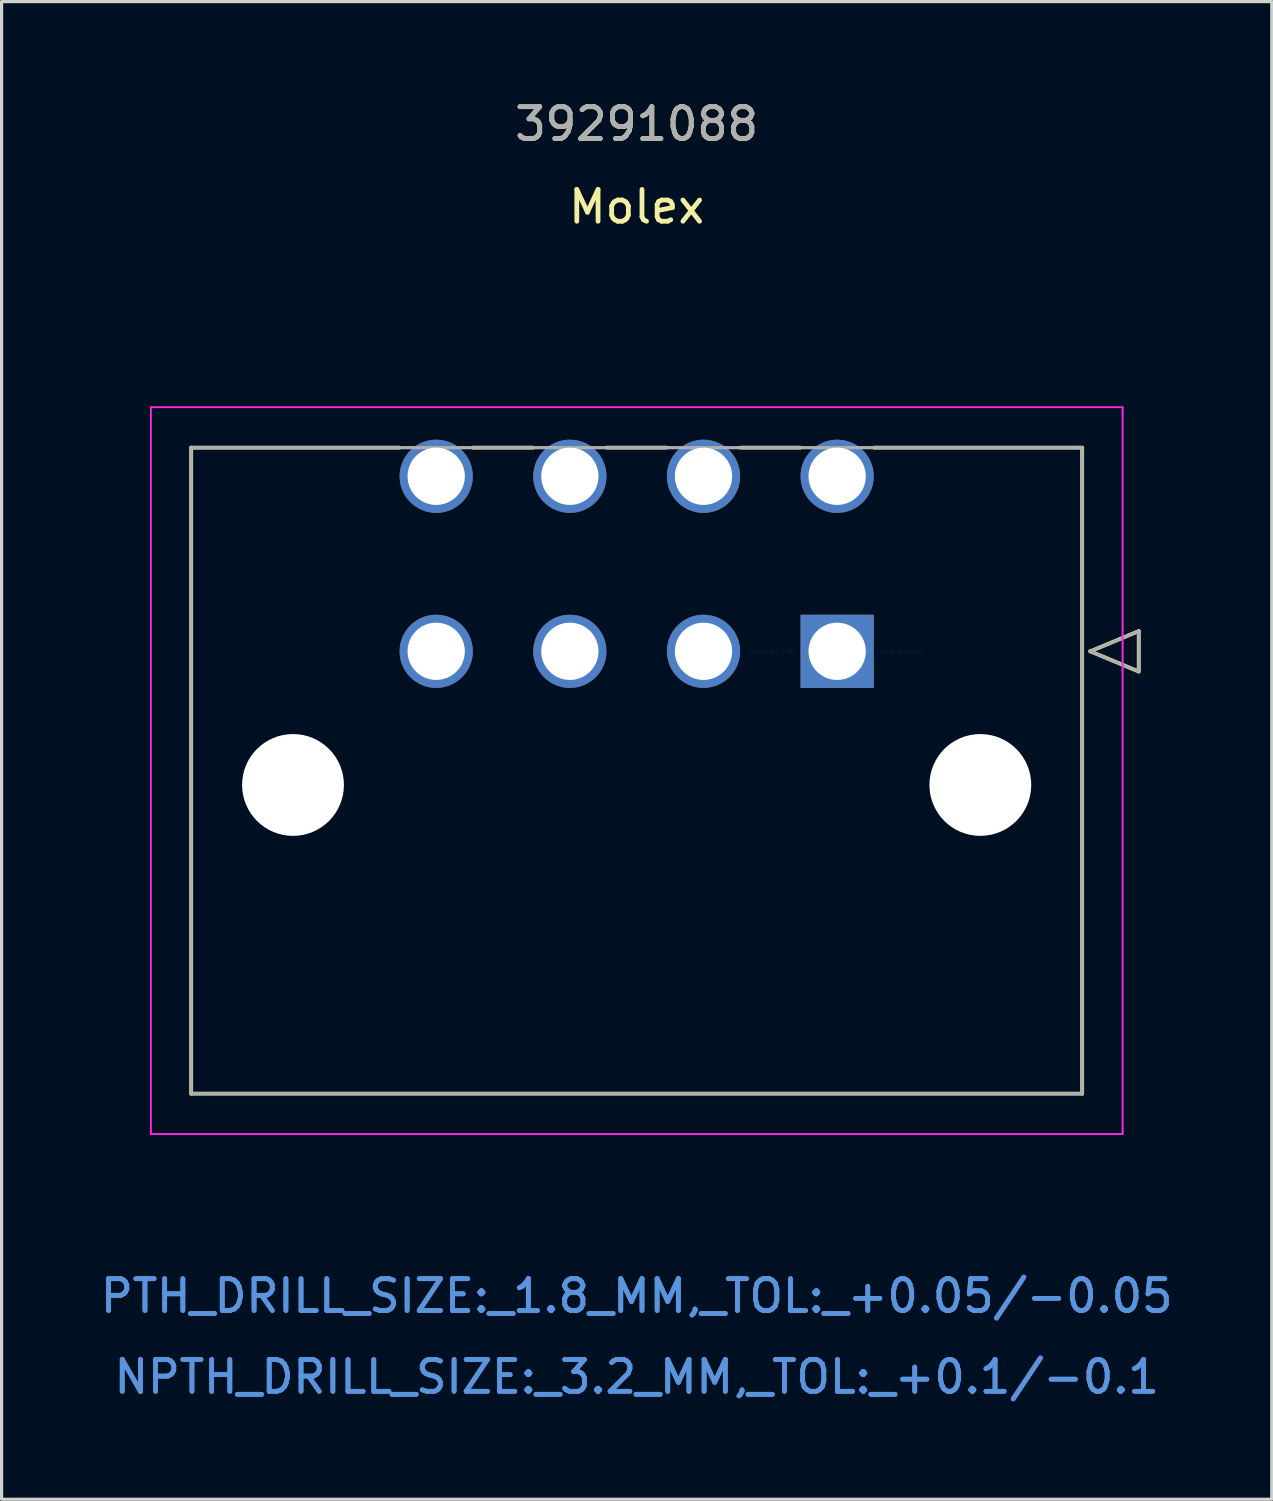
<source format=kicad_pcb>
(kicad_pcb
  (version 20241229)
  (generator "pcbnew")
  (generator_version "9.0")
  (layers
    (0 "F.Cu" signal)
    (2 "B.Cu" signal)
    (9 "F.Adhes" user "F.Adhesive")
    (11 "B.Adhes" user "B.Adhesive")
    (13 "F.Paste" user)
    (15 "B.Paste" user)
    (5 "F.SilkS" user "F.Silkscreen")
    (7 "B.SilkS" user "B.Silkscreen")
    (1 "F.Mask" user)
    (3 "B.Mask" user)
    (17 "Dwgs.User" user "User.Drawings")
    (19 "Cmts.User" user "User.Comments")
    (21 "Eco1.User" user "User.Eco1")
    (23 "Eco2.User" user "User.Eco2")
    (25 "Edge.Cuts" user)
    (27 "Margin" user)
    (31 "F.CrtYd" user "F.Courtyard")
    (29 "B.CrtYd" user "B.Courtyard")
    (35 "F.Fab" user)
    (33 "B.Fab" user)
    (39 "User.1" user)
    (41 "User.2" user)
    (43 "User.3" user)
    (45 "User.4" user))
  (footprint "Molex"
    (layer "F.Cu")
    (at 23.258 17.418)
    (property "Reference" "Molex" (at -6.3 -13.97 0) (layer "F.SilkS") (effects (font (size 1 1) (thickness 0.15))))
    (attr through_hole)
    (fp_line (start -20.3 -6.4) (end -20.3 13.9) (stroke (width 0.12) (type solid)) (layer "F.SilkS"))
    (fp_line (start -20.3 13.9) (end 7.7 13.9) (stroke (width 0.12) (type solid)) (layer "F.SilkS"))
    (fp_line (start -13.762 -6.4) (end -20.3 -6.4) (stroke (width 0.12) (type solid)) (layer "F.SilkS"))
    (fp_line (start -9.562 -6.4) (end -11.438 -6.4) (stroke (width 0.12) (type solid)) (layer "F.SilkS"))
    (fp_line (start -5.362 -6.4) (end -7.238 -6.4) (stroke (width 0.12) (type solid)) (layer "F.SilkS"))
    (fp_line (start -1.162 -6.4) (end -3.038 -6.4) (stroke (width 0.12) (type solid)) (layer "F.SilkS"))
    (fp_line (start 7.7 -6.4) (end 1.162 -6.4) (stroke (width 0.12) (type solid)) (layer "F.SilkS"))
    (fp_line (start 7.7 13.9) (end 7.7 -6.4) (stroke (width 0.12) (type solid)) (layer "F.SilkS"))
    (fp_line (start 7.954 0) (end 9.478 -0.635) (stroke (width 0.12) (type solid)) (layer "F.SilkS"))
    (fp_line (start 9.478 -0.635) (end 9.478 0.635) (stroke (width 0.12) (type solid)) (layer "F.SilkS"))
    (fp_line (start 9.478 0.635) (end 7.954 0) (stroke (width 0.12) (type solid)) (layer "F.SilkS"))
    (fp_line (start -21.57 -7.67) (end -21.57 15.17) (stroke (width 0.05) (type solid)) (layer "F.CrtYd"))
    (fp_line (start -21.57 -7.67) (end -21.57 15.17) (stroke (width 0.05) (type solid)) (layer "F.CrtYd"))
    (fp_line (start -21.57 15.17) (end 8.97 15.17) (stroke (width 0.05) (type solid)) (layer "F.CrtYd"))
    (fp_line (start -21.57 15.17) (end 8.97 15.17) (stroke (width 0.05) (type solid)) (layer "F.CrtYd"))
    (fp_line (start 8.97 -7.67) (end -21.57 -7.67) (stroke (width 0.05) (type solid)) (layer "F.CrtYd"))
    (fp_line (start 8.97 -7.67) (end -21.57 -7.67) (stroke (width 0.05) (type solid)) (layer "F.CrtYd"))
    (fp_line (start 8.97 15.17) (end 8.97 -7.67) (stroke (width 0.05) (type solid)) (layer "F.CrtYd"))
    (fp_line (start 8.97 15.17) (end 8.97 -7.67) (stroke (width 0.05) (type solid)) (layer "F.CrtYd"))
    (fp_line (start -20.3 -6.4) (end -20.3 13.9) (stroke (width 0.1) (type solid)) (layer "F.Fab"))
    (fp_line (start -20.3 13.9) (end 7.7 13.9) (stroke (width 0.1) (type solid)) (layer "F.Fab"))
    (fp_line (start 7.7 -6.4) (end -20.3 -6.4) (stroke (width 0.1) (type solid)) (layer "F.Fab"))
    (fp_line (start 7.7 13.9) (end 7.7 -6.4) (stroke (width 0.1) (type solid)) (layer "F.Fab"))
    (fp_line (start 7.954 0) (end 9.478 -0.635) (stroke (width 0.1) (type solid)) (layer "F.Fab"))
    (fp_line (start 9.478 -0.635) (end 9.478 0.635) (stroke (width 0.1) (type solid)) (layer "F.Fab"))
    (fp_line (start 9.478 0.635) (end 7.954 0) (stroke (width 0.1) (type solid)) (layer "F.Fab"))
    (fp_text user "*" (at 0 0 0) (layer "F.SilkS") (effects (font (size 1 1) (thickness 0.15))))
    (fp_text user "39291088" (at -6.3 -16.57 0) (layer "F.SilkS") (effects (font (size 1 1) (thickness 0.15))))
    (fp_text user "NPTH_DRILL_SIZE:_3.2_MM,_TOL:_+0.1/-0.1" (at -6.3 22.8 0) (layer "Cmts.User") (effects (font (size 1 1) (thickness 0.15))))
    (fp_text user "NPTH_DRILL_SIZE:_3.2_MM,_TOL:_+0.1/-0.1" (at -6.3 22.8 0) (layer "Cmts.User") (effects (font (size 1 1) (thickness 0.15))))
    (fp_text user "Copyright 2021 Accelerated Designs. All rights reserved." (at 0 0 0) (layer "Cmts.User") (effects (font (size 0.127 0.127) (thickness 0.002))))
    (fp_text user "PTH_DRILL_SIZE:_1.8_MM,_TOL:_+0.05/-0.05" (at -6.3 20.26 0) (layer "Cmts.User") (effects (font (size 1 1) (thickness 0.15))))
    (fp_text user "PTH_DRILL_SIZE:_1.8_MM,_TOL:_+0.05/-0.05" (at -6.3 20.26 0) (layer "Cmts.User") (effects (font (size 1 1) (thickness 0.15))))
    (fp_text user "39291088" (at -6.3 -16.57 0) (layer "F.Fab") (effects (font (size 1 1) (thickness 0.15))))
    (fp_text user "*" (at 0 0 0) (layer "F.Fab") (effects (font (size 1 1) (thickness 0.15))))
    (pad "" np_thru_hole circle (at -17.1 4.2) (size 3.2 3.2) (drill 3.2) (layers "*.Cu" "*.Mask"))
    (pad "" np_thru_hole circle (at 4.5 4.2) (size 3.2 3.2) (drill 3.2) (layers "*.Cu" "*.Mask"))
    (pad "1" thru_hole rect (at 0 0) (size 2.3 2.3) (drill 1.8) (layers "*.Cu" "*.Mask"))
    (pad "2" thru_hole circle (at -4.2 0) (size 2.3 2.3) (drill 1.8) (layers "*.Cu" "*.Mask"))
    (pad "3" thru_hole circle (at -8.4 0) (size 2.3 2.3) (drill 1.8) (layers "*.Cu" "*.Mask"))
    (pad "4" thru_hole circle (at -12.6 0) (size 2.3 2.3) (drill 1.8) (layers "*.Cu" "*.Mask"))
    (pad "5" thru_hole circle (at 0 -5.5) (size 2.3 2.3) (drill 1.8) (layers "*.Cu" "*.Mask"))
    (pad "6" thru_hole circle (at -4.2 -5.5) (size 2.3 2.3) (drill 1.8) (layers "*.Cu" "*.Mask"))
    (pad "7" thru_hole circle (at -8.4 -5.5) (size 2.3 2.3) (drill 1.8) (layers "*.Cu" "*.Mask"))
    (pad "8" thru_hole circle (at -12.6 -5.5) (size 2.3 2.3) (drill 1.8) (layers "*.Cu" "*.Mask")))
  (gr_rect
    (start -3 -3)
    (end 36.917 44.066)
    (stroke (width 0.1) (type default))
    (fill no)
    (layer "Edge.Cuts")))
</source>
